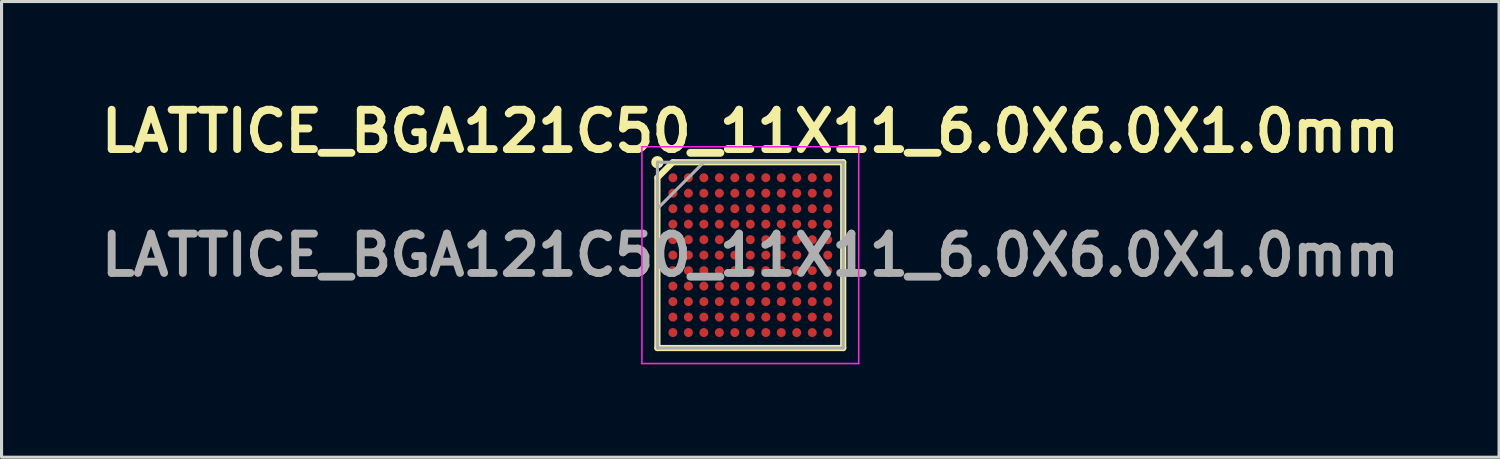
<source format=kicad_pcb>
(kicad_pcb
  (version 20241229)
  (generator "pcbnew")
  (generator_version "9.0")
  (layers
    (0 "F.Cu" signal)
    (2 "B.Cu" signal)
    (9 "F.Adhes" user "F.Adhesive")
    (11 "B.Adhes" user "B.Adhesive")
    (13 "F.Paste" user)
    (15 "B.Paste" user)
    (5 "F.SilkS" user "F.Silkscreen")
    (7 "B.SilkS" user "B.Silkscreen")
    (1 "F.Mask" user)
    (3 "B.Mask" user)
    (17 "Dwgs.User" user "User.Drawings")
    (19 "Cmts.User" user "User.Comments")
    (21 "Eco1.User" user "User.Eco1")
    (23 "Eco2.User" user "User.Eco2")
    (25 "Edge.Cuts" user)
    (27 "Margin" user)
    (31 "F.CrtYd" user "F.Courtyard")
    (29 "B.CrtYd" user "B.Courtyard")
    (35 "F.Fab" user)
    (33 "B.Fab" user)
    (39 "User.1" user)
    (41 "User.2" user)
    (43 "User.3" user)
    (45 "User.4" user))
  (footprint "LATTICE_BGA121C50_11X11_6.0X6.0X1.0mm"
    (layer "F.Cu")
    (at 21.179 5.189)
    (property "Reference" "LATTICE_BGA121C50_11X11_6.0X6.0X1.0mm" (at 0 -4 0) (layer "F.SilkS") (effects (font (size 1.27 1.27) (thickness 0.254))))
    (attr smd)
    (fp_line (start -3 -2.5) (end -2.5 -3) (stroke (width 0.2) (type solid)) (layer "F.SilkS"))
    (fp_line (start -3 3) (end -3 -2.5) (stroke (width 0.2) (type solid)) (layer "F.SilkS"))
    (fp_line (start -2.5 -3) (end 3 -3) (stroke (width 0.2) (type solid)) (layer "F.SilkS"))
    (fp_line (start 3 -3) (end 3 3) (stroke (width 0.2) (type solid)) (layer "F.SilkS"))
    (fp_line (start 3 3) (end -3 3) (stroke (width 0.2) (type solid)) (layer "F.SilkS"))
    (fp_circle (center -3 -3) (end -3 -2.9) (stroke (width 0.2) (type solid)) (fill no) (layer "F.SilkS"))
    (fp_line (start -3.5 -3.5) (end 3.5 -3.5) (stroke (width 0.05) (type solid)) (layer "F.CrtYd"))
    (fp_line (start -3.5 3.5) (end -3.5 -3.5) (stroke (width 0.05) (type solid)) (layer "F.CrtYd"))
    (fp_line (start 3.5 -3.5) (end 3.5 3.5) (stroke (width 0.05) (type solid)) (layer "F.CrtYd"))
    (fp_line (start 3.5 3.5) (end -3.5 3.5) (stroke (width 0.05) (type solid)) (layer "F.CrtYd"))
    (fp_line (start -3 -3) (end 3 -3) (stroke (width 0.1) (type solid)) (layer "F.Fab"))
    (fp_line (start -3 -1.5) (end -1.5 -3) (stroke (width 0.1) (type solid)) (layer "F.Fab"))
    (fp_line (start -3 3) (end -3 -3) (stroke (width 0.1) (type solid)) (layer "F.Fab"))
    (fp_line (start 3 -3) (end 3 3) (stroke (width 0.1) (type solid)) (layer "F.Fab"))
    (fp_line (start 3 3) (end -3 3) (stroke (width 0.1) (type solid)) (layer "F.Fab"))
    (fp_text user "${REFERENCE}" (at 0 0 0) (layer "F.Fab") (effects (font (size 1.27 1.27) (thickness 0.254))))
    (pad "A1" smd circle (at -2.5 -2.5 90) (size 0.29 0.29) (layers "F.Cu" "F.Mask" "F.Paste"))
    (pad "A2" smd circle (at -2 -2.5 90) (size 0.29 0.29) (layers "F.Cu" "F.Mask" "F.Paste"))
    (pad "A3" smd circle (at -1.5 -2.5 90) (size 0.29 0.29) (layers "F.Cu" "F.Mask" "F.Paste"))
    (pad "A4" smd circle (at -1 -2.5 90) (size 0.29 0.29) (layers "F.Cu" "F.Mask" "F.Paste"))
    (pad "A5" smd circle (at -0.5 -2.5 90) (size 0.29 0.29) (layers "F.Cu" "F.Mask" "F.Paste"))
    (pad "A6" smd circle (at 0 -2.5 90) (size 0.29 0.29) (layers "F.Cu" "F.Mask" "F.Paste"))
    (pad "A7" smd circle (at 0.5 -2.5 90) (size 0.29 0.29) (layers "F.Cu" "F.Mask" "F.Paste"))
    (pad "A8" smd circle (at 1 -2.5 90) (size 0.29 0.29) (layers "F.Cu" "F.Mask" "F.Paste"))
    (pad "A9" smd circle (at 1.5 -2.5 90) (size 0.29 0.29) (layers "F.Cu" "F.Mask" "F.Paste"))
    (pad "A10" smd circle (at 2 -2.5 90) (size 0.29 0.29) (layers "F.Cu" "F.Mask" "F.Paste"))
    (pad "A11" smd circle (at 2.5 -2.5 90) (size 0.29 0.29) (layers "F.Cu" "F.Mask" "F.Paste"))
    (pad "B1" smd circle (at -2.5 -2 90) (size 0.29 0.29) (layers "F.Cu" "F.Mask" "F.Paste"))
    (pad "B2" smd circle (at -2 -2 90) (size 0.29 0.29) (layers "F.Cu" "F.Mask" "F.Paste"))
    (pad "B3" smd circle (at -1.5 -2 90) (size 0.29 0.29) (layers "F.Cu" "F.Mask" "F.Paste"))
    (pad "B4" smd circle (at -1 -2 90) (size 0.29 0.29) (layers "F.Cu" "F.Mask" "F.Paste"))
    (pad "B5" smd circle (at -0.5 -2 90) (size 0.29 0.29) (layers "F.Cu" "F.Mask" "F.Paste"))
    (pad "B6" smd circle (at 0 -2 90) (size 0.29 0.29) (layers "F.Cu" "F.Mask" "F.Paste"))
    (pad "B7" smd circle (at 0.5 -2 90) (size 0.29 0.29) (layers "F.Cu" "F.Mask" "F.Paste"))
    (pad "B8" smd circle (at 1 -2 90) (size 0.29 0.29) (layers "F.Cu" "F.Mask" "F.Paste"))
    (pad "B9" smd circle (at 1.5 -2 90) (size 0.29 0.29) (layers "F.Cu" "F.Mask" "F.Paste"))
    (pad "B10" smd circle (at 2 -2 90) (size 0.29 0.29) (layers "F.Cu" "F.Mask" "F.Paste"))
    (pad "B11" smd circle (at 2.5 -2 90) (size 0.29 0.29) (layers "F.Cu" "F.Mask" "F.Paste"))
    (pad "C1" smd circle (at -2.5 -1.5 90) (size 0.29 0.29) (layers "F.Cu" "F.Mask" "F.Paste"))
    (pad "C2" smd circle (at -2 -1.5 90) (size 0.29 0.29) (layers "F.Cu" "F.Mask" "F.Paste"))
    (pad "C3" smd circle (at -1.5 -1.5 90) (size 0.29 0.29) (layers "F.Cu" "F.Mask" "F.Paste"))
    (pad "C4" smd circle (at -1 -1.5 90) (size 0.29 0.29) (layers "F.Cu" "F.Mask" "F.Paste"))
    (pad "C5" smd circle (at -0.5 -1.5 90) (size 0.29 0.29) (layers "F.Cu" "F.Mask" "F.Paste"))
    (pad "C6" smd circle (at 0 -1.5 90) (size 0.29 0.29) (layers "F.Cu" "F.Mask" "F.Paste"))
    (pad "C7" smd circle (at 0.5 -1.5 90) (size 0.29 0.29) (layers "F.Cu" "F.Mask" "F.Paste"))
    (pad "C8" smd circle (at 1 -1.5 90) (size 0.29 0.29) (layers "F.Cu" "F.Mask" "F.Paste"))
    (pad "C9" smd circle (at 1.5 -1.5 90) (size 0.29 0.29) (layers "F.Cu" "F.Mask" "F.Paste"))
    (pad "C10" smd circle (at 2 -1.5 90) (size 0.29 0.29) (layers "F.Cu" "F.Mask" "F.Paste"))
    (pad "C11" smd circle (at 2.5 -1.5 90) (size 0.29 0.29) (layers "F.Cu" "F.Mask" "F.Paste"))
    (pad "D1" smd circle (at -2.5 -1 90) (size 0.29 0.29) (layers "F.Cu" "F.Mask" "F.Paste"))
    (pad "D2" smd circle (at -2 -1 90) (size 0.29 0.29) (layers "F.Cu" "F.Mask" "F.Paste"))
    (pad "D3" smd circle (at -1.5 -1 90) (size 0.29 0.29) (layers "F.Cu" "F.Mask" "F.Paste"))
    (pad "D4" smd circle (at -1 -1 90) (size 0.29 0.29) (layers "F.Cu" "F.Mask" "F.Paste"))
    (pad "D5" smd circle (at -0.5 -1 90) (size 0.29 0.29) (layers "F.Cu" "F.Mask" "F.Paste"))
    (pad "D6" smd circle (at 0 -1 90) (size 0.29 0.29) (layers "F.Cu" "F.Mask" "F.Paste"))
    (pad "D7" smd circle (at 0.5 -1 90) (size 0.29 0.29) (layers "F.Cu" "F.Mask" "F.Paste"))
    (pad "D8" smd circle (at 1 -1 90) (size 0.29 0.29) (layers "F.Cu" "F.Mask" "F.Paste"))
    (pad "D9" smd circle (at 1.5 -1 90) (size 0.29 0.29) (layers "F.Cu" "F.Mask" "F.Paste"))
    (pad "D10" smd circle (at 2 -1 90) (size 0.29 0.29) (layers "F.Cu" "F.Mask" "F.Paste"))
    (pad "D11" smd circle (at 2.5 -1 90) (size 0.29 0.29) (layers "F.Cu" "F.Mask" "F.Paste"))
    (pad "E1" smd circle (at -2.5 -0.5 90) (size 0.29 0.29) (layers "F.Cu" "F.Mask" "F.Paste"))
    (pad "E2" smd circle (at -2 -0.5 90) (size 0.29 0.29) (layers "F.Cu" "F.Mask" "F.Paste"))
    (pad "E3" smd circle (at -1.5 -0.5 90) (size 0.29 0.29) (layers "F.Cu" "F.Mask" "F.Paste"))
    (pad "E4" smd circle (at -1 -0.5 90) (size 0.29 0.29) (layers "F.Cu" "F.Mask" "F.Paste"))
    (pad "E5" smd circle (at -0.5 -0.5 90) (size 0.29 0.29) (layers "F.Cu" "F.Mask" "F.Paste"))
    (pad "E6" smd circle (at 0 -0.5 90) (size 0.29 0.29) (layers "F.Cu" "F.Mask" "F.Paste"))
    (pad "E7" smd circle (at 0.5 -0.5 90) (size 0.29 0.29) (layers "F.Cu" "F.Mask" "F.Paste"))
    (pad "E8" smd circle (at 1 -0.5 90) (size 0.29 0.29) (layers "F.Cu" "F.Mask" "F.Paste"))
    (pad "E9" smd circle (at 1.5 -0.5 90) (size 0.29 0.29) (layers "F.Cu" "F.Mask" "F.Paste"))
    (pad "E10" smd circle (at 2 -0.5 90) (size 0.29 0.29) (layers "F.Cu" "F.Mask" "F.Paste"))
    (pad "E11" smd circle (at 2.5 -0.5 90) (size 0.29 0.29) (layers "F.Cu" "F.Mask" "F.Paste"))
    (pad "F1" smd circle (at -2.5 0 90) (size 0.29 0.29) (layers "F.Cu" "F.Mask" "F.Paste"))
    (pad "F2" smd circle (at -2 0 90) (size 0.29 0.29) (layers "F.Cu" "F.Mask" "F.Paste"))
    (pad "F3" smd circle (at -1.5 0 90) (size 0.29 0.29) (layers "F.Cu" "F.Mask" "F.Paste"))
    (pad "F4" smd circle (at -1 0 90) (size 0.29 0.29) (layers "F.Cu" "F.Mask" "F.Paste"))
    (pad "F5" smd circle (at -0.5 0 90) (size 0.29 0.29) (layers "F.Cu" "F.Mask" "F.Paste"))
    (pad "F6" smd circle (at 0 0 90) (size 0.29 0.29) (layers "F.Cu" "F.Mask" "F.Paste"))
    (pad "F7" smd circle (at 0.5 0 90) (size 0.29 0.29) (layers "F.Cu" "F.Mask" "F.Paste"))
    (pad "F8" smd circle (at 1 0 90) (size 0.29 0.29) (layers "F.Cu" "F.Mask" "F.Paste"))
    (pad "F9" smd circle (at 1.5 0 90) (size 0.29 0.29) (layers "F.Cu" "F.Mask" "F.Paste"))
    (pad "F10" smd circle (at 2 0 90) (size 0.29 0.29) (layers "F.Cu" "F.Mask" "F.Paste"))
    (pad "F11" smd circle (at 2.5 0 90) (size 0.29 0.29) (layers "F.Cu" "F.Mask" "F.Paste"))
    (pad "G1" smd circle (at -2.5 0.5 90) (size 0.29 0.29) (layers "F.Cu" "F.Mask" "F.Paste"))
    (pad "G2" smd circle (at -2 0.5 90) (size 0.29 0.29) (layers "F.Cu" "F.Mask" "F.Paste"))
    (pad "G3" smd circle (at -1.5 0.5 90) (size 0.29 0.29) (layers "F.Cu" "F.Mask" "F.Paste"))
    (pad "G4" smd circle (at -1 0.5 90) (size 0.29 0.29) (layers "F.Cu" "F.Mask" "F.Paste"))
    (pad "G5" smd circle (at -0.5 0.5 90) (size 0.29 0.29) (layers "F.Cu" "F.Mask" "F.Paste"))
    (pad "G6" smd circle (at 0 0.5 90) (size 0.29 0.29) (layers "F.Cu" "F.Mask" "F.Paste"))
    (pad "G7" smd circle (at 0.5 0.5 90) (size 0.29 0.29) (layers "F.Cu" "F.Mask" "F.Paste"))
    (pad "G8" smd circle (at 1 0.5 90) (size 0.29 0.29) (layers "F.Cu" "F.Mask" "F.Paste"))
    (pad "G9" smd circle (at 1.5 0.5 90) (size 0.29 0.29) (layers "F.Cu" "F.Mask" "F.Paste"))
    (pad "G10" smd circle (at 2 0.5 90) (size 0.29 0.29) (layers "F.Cu" "F.Mask" "F.Paste"))
    (pad "G11" smd circle (at 2.5 0.5 90) (size 0.29 0.29) (layers "F.Cu" "F.Mask" "F.Paste"))
    (pad "H1" smd circle (at -2.5 1 90) (size 0.29 0.29) (layers "F.Cu" "F.Mask" "F.Paste"))
    (pad "H2" smd circle (at -2 1 90) (size 0.29 0.29) (layers "F.Cu" "F.Mask" "F.Paste"))
    (pad "H3" smd circle (at -1.5 1 90) (size 0.29 0.29) (layers "F.Cu" "F.Mask" "F.Paste"))
    (pad "H4" smd circle (at -1 1 90) (size 0.29 0.29) (layers "F.Cu" "F.Mask" "F.Paste"))
    (pad "H5" smd circle (at -0.5 1 90) (size 0.29 0.29) (layers "F.Cu" "F.Mask" "F.Paste"))
    (pad "H6" smd circle (at 0 1 90) (size 0.29 0.29) (layers "F.Cu" "F.Mask" "F.Paste"))
    (pad "H7" smd circle (at 0.5 1 90) (size 0.29 0.29) (layers "F.Cu" "F.Mask" "F.Paste"))
    (pad "H8" smd circle (at 1 1 90) (size 0.29 0.29) (layers "F.Cu" "F.Mask" "F.Paste"))
    (pad "H9" smd circle (at 1.5 1 90) (size 0.29 0.29) (layers "F.Cu" "F.Mask" "F.Paste"))
    (pad "H10" smd circle (at 2 1 90) (size 0.29 0.29) (layers "F.Cu" "F.Mask" "F.Paste"))
    (pad "H11" smd circle (at 2.5 1 90) (size 0.29 0.29) (layers "F.Cu" "F.Mask" "F.Paste"))
    (pad "J1" smd circle (at -2.5 1.5 90) (size 0.29 0.29) (layers "F.Cu" "F.Mask" "F.Paste"))
    (pad "J2" smd circle (at -2 1.5 90) (size 0.29 0.29) (layers "F.Cu" "F.Mask" "F.Paste"))
    (pad "J3" smd circle (at -1.5 1.5 90) (size 0.29 0.29) (layers "F.Cu" "F.Mask" "F.Paste"))
    (pad "J4" smd circle (at -1 1.5 90) (size 0.29 0.29) (layers "F.Cu" "F.Mask" "F.Paste"))
    (pad "J5" smd circle (at -0.5 1.5 90) (size 0.29 0.29) (layers "F.Cu" "F.Mask" "F.Paste"))
    (pad "J6" smd circle (at 0 1.5 90) (size 0.29 0.29) (layers "F.Cu" "F.Mask" "F.Paste"))
    (pad "J7" smd circle (at 0.5 1.5 90) (size 0.29 0.29) (layers "F.Cu" "F.Mask" "F.Paste"))
    (pad "J8" smd circle (at 1 1.5 90) (size 0.29 0.29) (layers "F.Cu" "F.Mask" "F.Paste"))
    (pad "J9" smd circle (at 1.5 1.5 90) (size 0.29 0.29) (layers "F.Cu" "F.Mask" "F.Paste"))
    (pad "J10" smd circle (at 2 1.5 90) (size 0.29 0.29) (layers "F.Cu" "F.Mask" "F.Paste"))
    (pad "J11" smd circle (at 2.5 1.5 90) (size 0.29 0.29) (layers "F.Cu" "F.Mask" "F.Paste"))
    (pad "K1" smd circle (at -2.5 2 90) (size 0.29 0.29) (layers "F.Cu" "F.Mask" "F.Paste"))
    (pad "K2" smd circle (at -2 2 90) (size 0.29 0.29) (layers "F.Cu" "F.Mask" "F.Paste"))
    (pad "K3" smd circle (at -1.5 2 90) (size 0.29 0.29) (layers "F.Cu" "F.Mask" "F.Paste"))
    (pad "K4" smd circle (at -1 2 90) (size 0.29 0.29) (layers "F.Cu" "F.Mask" "F.Paste"))
    (pad "K5" smd circle (at -0.5 2 90) (size 0.29 0.29) (layers "F.Cu" "F.Mask" "F.Paste"))
    (pad "K6" smd circle (at 0 2 90) (size 0.29 0.29) (layers "F.Cu" "F.Mask" "F.Paste"))
    (pad "K7" smd circle (at 0.5 2 90) (size 0.29 0.29) (layers "F.Cu" "F.Mask" "F.Paste"))
    (pad "K8" smd circle (at 1 2 90) (size 0.29 0.29) (layers "F.Cu" "F.Mask" "F.Paste"))
    (pad "K9" smd circle (at 1.5 2 90) (size 0.29 0.29) (layers "F.Cu" "F.Mask" "F.Paste"))
    (pad "K10" smd circle (at 2 2 90) (size 0.29 0.29) (layers "F.Cu" "F.Mask" "F.Paste"))
    (pad "K11" smd circle (at 2.5 2 90) (size 0.29 0.29) (layers "F.Cu" "F.Mask" "F.Paste"))
    (pad "L1" smd circle (at -2.5 2.5 90) (size 0.29 0.29) (layers "F.Cu" "F.Mask" "F.Paste"))
    (pad "L2" smd circle (at -2 2.5 90) (size 0.29 0.29) (layers "F.Cu" "F.Mask" "F.Paste"))
    (pad "L3" smd circle (at -1.5 2.5 90) (size 0.29 0.29) (layers "F.Cu" "F.Mask" "F.Paste"))
    (pad "L4" smd circle (at -1 2.5 90) (size 0.29 0.29) (layers "F.Cu" "F.Mask" "F.Paste"))
    (pad "L5" smd circle (at -0.5 2.5 90) (size 0.29 0.29) (layers "F.Cu" "F.Mask" "F.Paste"))
    (pad "L6" smd circle (at 0 2.5 90) (size 0.29 0.29) (layers "F.Cu" "F.Mask" "F.Paste"))
    (pad "L7" smd circle (at 0.5 2.5 90) (size 0.29 0.29) (layers "F.Cu" "F.Mask" "F.Paste"))
    (pad "L8" smd circle (at 1 2.5 90) (size 0.29 0.29) (layers "F.Cu" "F.Mask" "F.Paste"))
    (pad "L9" smd circle (at 1.5 2.5 90) (size 0.29 0.29) (layers "F.Cu" "F.Mask" "F.Paste"))
    (pad "L10" smd circle (at 2 2.5 90) (size 0.29 0.29) (layers "F.Cu" "F.Mask" "F.Paste"))
    (pad "L11" smd circle (at 2.5 2.5 90) (size 0.29 0.29) (layers "F.Cu" "F.Mask" "F.Paste")))
  (gr_rect
    (start -3 -3)
    (end 45.358 11.714)
    (stroke (width 0.1) (type default))
    (fill no)
    (layer "Edge.Cuts")))
</source>
